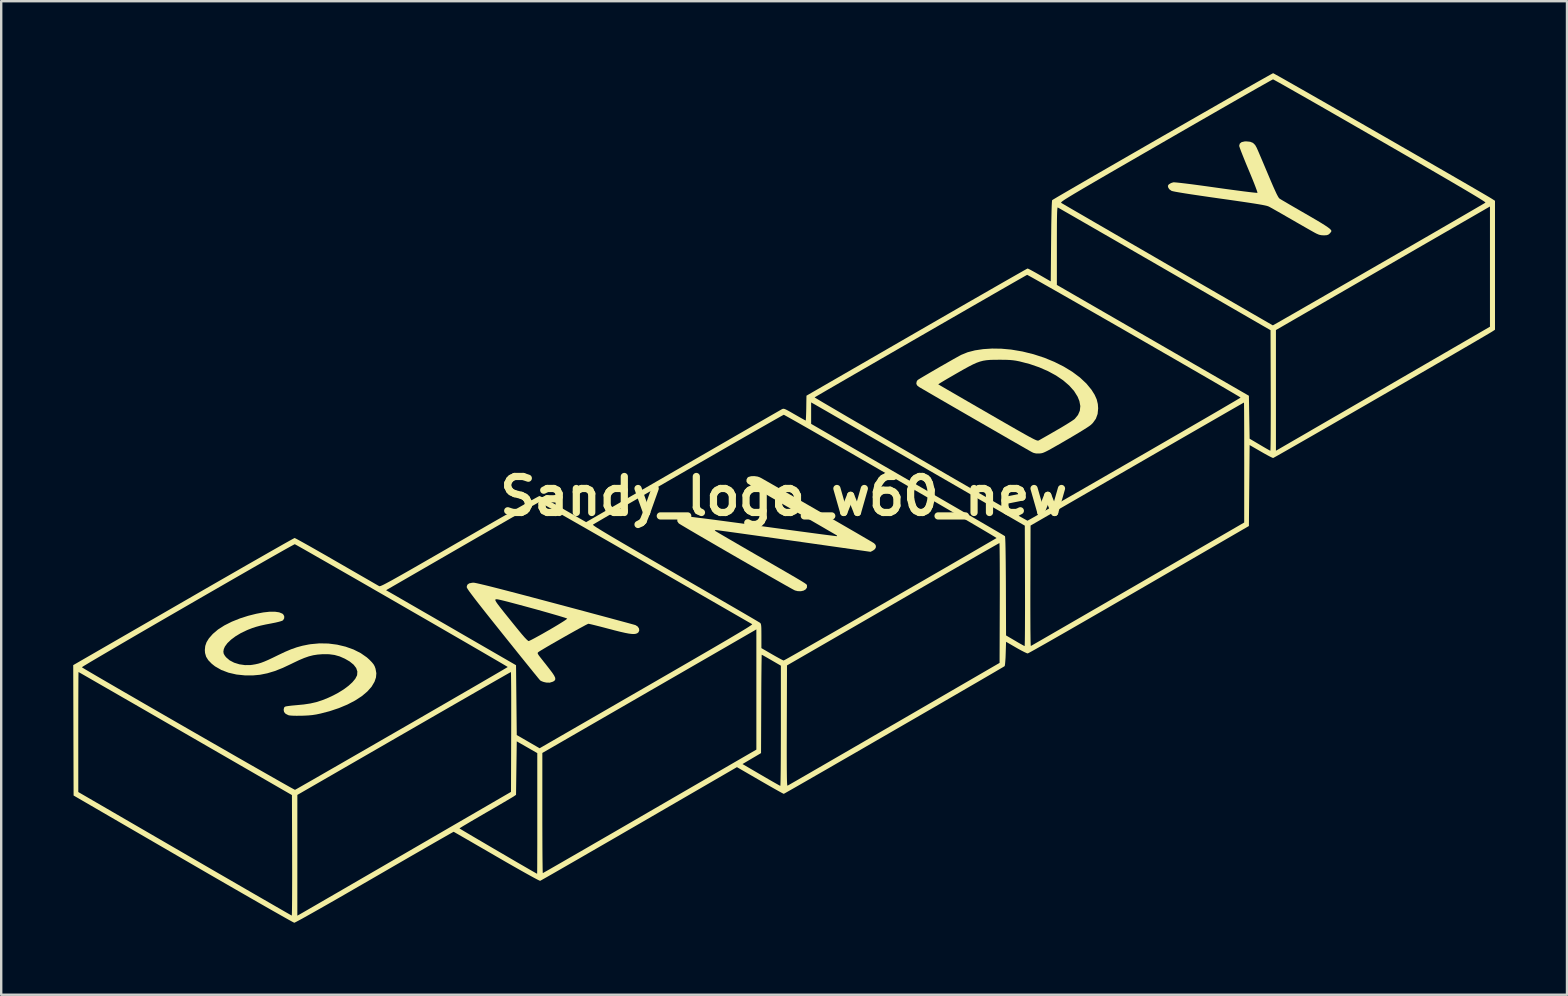
<source format=kicad_pcb>
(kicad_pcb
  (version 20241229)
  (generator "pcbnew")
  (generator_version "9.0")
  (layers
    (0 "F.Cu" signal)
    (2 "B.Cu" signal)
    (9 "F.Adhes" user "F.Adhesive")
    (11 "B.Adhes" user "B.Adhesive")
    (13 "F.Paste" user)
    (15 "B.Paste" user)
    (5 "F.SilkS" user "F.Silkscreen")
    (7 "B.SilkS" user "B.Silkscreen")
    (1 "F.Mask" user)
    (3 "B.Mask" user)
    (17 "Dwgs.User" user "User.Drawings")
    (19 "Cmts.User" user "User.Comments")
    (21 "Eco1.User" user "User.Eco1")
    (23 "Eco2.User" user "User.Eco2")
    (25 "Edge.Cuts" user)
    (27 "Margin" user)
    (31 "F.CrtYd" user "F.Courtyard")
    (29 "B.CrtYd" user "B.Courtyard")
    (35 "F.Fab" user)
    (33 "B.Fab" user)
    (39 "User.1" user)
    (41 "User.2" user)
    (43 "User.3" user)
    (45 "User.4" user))
  (footprint "Sandy_logo_w60_new"
    (layer "F.Cu")
    (at 29.604 17.624)
    (property "Reference" "Sandy_logo_w60_new" (at 0 0 0) (layer "F.SilkS") (effects (font (size 1.5 1.5) (thickness 0.3))))
    (attr board_only exclude_from_pos_files exclude_from_bom)
    (fp_poly (pts (xy 19.432 -14.768) (xy 19.551 -14.72) (xy 19.64 -14.632) (xy 19.701 -14.525) (xy 19.73 -14.46) (xy 19.78 -14.347) (xy 19.845 -14.194) (xy 19.924 -14.009) (xy 20.013 -13.799) (xy 20.108 -13.574) (xy 20.177 -13.411) (xy 20.294 -13.134) (xy 20.391 -12.909) (xy 20.471 -12.731) (xy 20.534 -12.596) (xy 20.585 -12.499) (xy 20.623 -12.436) (xy 20.652 -12.403) (xy 20.655 -12.401) (xy 20.698 -12.374) (xy 20.786 -12.321) (xy 20.915 -12.246) (xy 21.076 -12.151) (xy 21.264 -12.042) (xy 21.473 -11.921) (xy 21.696 -11.792) (xy 21.707 -11.786) (xy 21.987 -11.624) (xy 22.218 -11.489) (xy 22.404 -11.377) (xy 22.55 -11.285) (xy 22.66 -11.211) (xy 22.738 -11.153) (xy 22.787 -11.106) (xy 22.812 -11.07) (xy 22.818 -11.046) (xy 22.798 -11.006) (xy 22.751 -10.949) (xy 22.744 -10.942) (xy 22.689 -10.898) (xy 22.624 -10.876) (xy 22.526 -10.869) (xy 22.497 -10.869) (xy 22.392 -10.875) (xy 22.299 -10.896) (xy 22.196 -10.94) (xy 22.112 -10.984) (xy 22.032 -11.029) (xy 21.908 -11.099) (xy 21.75 -11.189) (xy 21.567 -11.294) (xy 21.366 -11.409) (xy 21.159 -11.529) (xy 21.122 -11.55) (xy 20.918 -11.667) (xy 20.726 -11.778) (xy 20.552 -11.877) (xy 20.405 -11.96) (xy 20.292 -12.023) (xy 20.221 -12.062) (xy 20.211 -12.067) (xy 20.174 -12.082) (xy 20.118 -12.099) (xy 20.04 -12.117) (xy 19.934 -12.138) (xy 19.798 -12.162) (xy 19.626 -12.19) (xy 19.415 -12.223) (xy 19.161 -12.261) (xy 18.859 -12.305) (xy 18.504 -12.356) (xy 18.169 -12.403) (xy 17.721 -12.467) (xy 17.326 -12.525) (xy 16.988 -12.575) (xy 16.705 -12.619) (xy 16.48 -12.656) (xy 16.312 -12.686) (xy 16.202 -12.709) (xy 16.153 -12.724) (xy 16.063 -12.79) (xy 16.018 -12.861) (xy 16.004 -12.929) (xy 16.03 -12.977) (xy 16.058 -13.002) (xy 16.138 -13.048) (xy 16.227 -13.077) (xy 16.28 -13.077) (xy 16.388 -13.068) (xy 16.549 -13.051) (xy 16.759 -13.026) (xy 17.015 -12.994) (xy 17.314 -12.954) (xy 17.651 -12.908) (xy 18.019 -12.856) (xy 18.331 -12.812) (xy 18.625 -12.772) (xy 18.896 -12.736) (xy 19.139 -12.704) (xy 19.347 -12.678) (xy 19.516 -12.658) (xy 19.641 -12.645) (xy 19.716 -12.639) (xy 19.736 -12.64) (xy 19.731 -12.672) (xy 19.704 -12.753) (xy 19.659 -12.876) (xy 19.598 -13.035) (xy 19.523 -13.222) (xy 19.437 -13.431) (xy 19.368 -13.596) (xy 19.274 -13.821) (xy 19.189 -14.03) (xy 19.114 -14.217) (xy 19.052 -14.375) (xy 19.007 -14.497) (xy 18.981 -14.575) (xy 18.975 -14.6) (xy 19.001 -14.692) (xy 19.077 -14.753) (xy 19.201 -14.781) (xy 19.27 -14.784)) (stroke (width 0) (type solid)) (fill yes) (layer "F.SilkS"))
    (fp_poly (pts (xy -21.022 4.838) (xy -20.891 4.892) (xy -20.859 4.917) (xy -20.813 4.993) (xy -20.812 5.082) (xy -20.855 5.16) (xy -20.879 5.18) (xy -20.935 5.203) (xy -21.036 5.232) (xy -21.17 5.264) (xy -21.321 5.294) (xy -21.339 5.298) (xy -21.592 5.346) (xy -21.801 5.392) (xy -21.981 5.441) (xy -22.147 5.495) (xy -22.316 5.561) (xy -22.37 5.584) (xy -22.617 5.702) (xy -22.839 5.835) (xy -23.029 5.977) (xy -23.18 6.122) (xy -23.284 6.264) (xy -23.33 6.371) (xy -23.348 6.476) (xy -23.333 6.565) (xy -23.279 6.656) (xy -23.228 6.717) (xy -23.085 6.839) (xy -22.899 6.936) (xy -22.683 7.003) (xy -22.45 7.037) (xy -22.213 7.034) (xy -22.142 7.025) (xy -22.013 7.003) (xy -21.893 6.976) (xy -21.771 6.939) (xy -21.638 6.888) (xy -21.482 6.821) (xy -21.293 6.732) (xy -21.067 6.622) (xy -20.779 6.485) (xy -20.524 6.377) (xy -20.287 6.294) (xy -20.052 6.23) (xy -19.803 6.18) (xy -19.711 6.165) (xy -19.344 6.131) (xy -18.974 6.138) (xy -18.607 6.185) (xy -18.255 6.269) (xy -17.924 6.387) (xy -17.626 6.537) (xy -17.368 6.717) (xy -17.265 6.81) (xy -17.161 6.917) (xy -17.092 7.001) (xy -17.046 7.081) (xy -17.013 7.172) (xy -17.008 7.188) (xy -16.974 7.374) (xy -16.989 7.55) (xy -17.05 7.73) (xy -17.173 7.938) (xy -17.352 8.139) (xy -17.582 8.332) (xy -17.859 8.512) (xy -18.178 8.679) (xy -18.534 8.828) (xy -18.925 8.958) (xy -19.294 9.054) (xy -19.473 9.092) (xy -19.638 9.118) (xy -19.811 9.134) (xy -20.013 9.144) (xy -20.101 9.146) (xy -20.304 9.148) (xy -20.468 9.144) (xy -20.585 9.135) (xy -20.641 9.123) (xy -20.756 9.064) (xy -20.819 8.99) (xy -20.836 8.898) (xy -20.818 8.807) (xy -20.779 8.769) (xy -20.729 8.755) (xy -20.632 8.74) (xy -20.501 8.724) (xy -20.349 8.71) (xy -20.314 8.707) (xy -19.998 8.677) (xy -19.725 8.636) (xy -19.476 8.579) (xy -19.234 8.501) (xy -18.983 8.4) (xy -18.83 8.33) (xy -18.572 8.196) (xy -18.339 8.052) (xy -18.136 7.901) (xy -17.972 7.751) (xy -17.851 7.605) (xy -17.781 7.47) (xy -17.775 7.45) (xy -17.765 7.302) (xy -17.814 7.158) (xy -17.921 7.019) (xy -18.086 6.885) (xy -18.286 6.77) (xy -18.504 6.674) (xy -18.717 6.614) (xy -18.944 6.584) (xy -19.206 6.582) (xy -19.23 6.583) (xy -19.423 6.598) (xy -19.604 6.626) (xy -19.785 6.672) (xy -19.978 6.739) (xy -20.196 6.831) (xy -20.448 6.951) (xy -20.506 6.98) (xy -20.871 7.152) (xy -21.204 7.284) (xy -21.517 7.378) (xy -21.82 7.439) (xy -22.125 7.467) (xy -22.441 7.466) (xy -22.443 7.466) (xy -22.802 7.429) (xy -23.135 7.352) (xy -23.435 7.238) (xy -23.695 7.089) (xy -23.836 6.977) (xy -23.977 6.831) (xy -24.066 6.688) (xy -24.111 6.532) (xy -24.12 6.409) (xy -24.103 6.24) (xy -24.048 6.081) (xy -23.95 5.923) (xy -23.802 5.754) (xy -23.781 5.732) (xy -23.57 5.553) (xy -23.306 5.384) (xy -22.997 5.228) (xy -22.649 5.089) (xy -22.313 4.982) (xy -21.982 4.899) (xy -21.684 4.842) (xy -21.422 4.813) (xy -21.2 4.812)) (stroke (width 0) (type solid)) (fill yes) (layer "F.SilkS"))
    (fp_poly (pts (xy -1.087 -0.818) (xy -0.997 -0.786) (xy -0.952 -0.762) (xy -0.86 -0.711) (xy -0.726 -0.635) (xy -0.554 -0.537) (xy -0.349 -0.419) (xy -0.115 -0.285) (xy 0.142 -0.137) (xy 0.419 0.022) (xy 0.711 0.19) (xy 1.013 0.364) (xy 1.32 0.541) (xy 1.629 0.719) (xy 1.933 0.895) (xy 2.23 1.066) (xy 2.513 1.23) (xy 2.779 1.384) (xy 3.023 1.525) (xy 3.24 1.652) (xy 3.425 1.76) (xy 3.575 1.847) (xy 3.684 1.912) (xy 3.748 1.95) (xy 3.762 1.959) (xy 3.829 2.034) (xy 3.842 2.119) (xy 3.802 2.201) (xy 3.723 2.262) (xy 3.618 2.317) (xy 0.431 1.864) (xy -0.000424 1.803) (xy -0.416 1.744) (xy -0.812 1.688) (xy -1.183 1.636) (xy -1.527 1.588) (xy -1.84 1.544) (xy -2.116 1.506) (xy -2.353 1.473) (xy -2.546 1.447) (xy -2.692 1.427) (xy -2.786 1.415) (xy -2.825 1.411) (xy -2.825 1.411) (xy -2.87 1.42) (xy -2.866 1.439) (xy -2.835 1.458) (xy -2.758 1.505) (xy -2.636 1.577) (xy -2.476 1.671) (xy -2.281 1.785) (xy -2.056 1.915) (xy -1.806 2.061) (xy -1.533 2.219) (xy -1.244 2.386) (xy -1.111 2.463) (xy -0.735 2.679) (xy -0.408 2.868) (xy -0.126 3.031) (xy 0.114 3.17) (xy 0.315 3.287) (xy 0.482 3.384) (xy 0.617 3.464) (xy 0.724 3.528) (xy 0.805 3.578) (xy 0.866 3.616) (xy 0.908 3.646) (xy 0.936 3.667) (xy 0.953 3.683) (xy 0.961 3.696) (xy 0.966 3.708) (xy 0.968 3.717) (xy 0.966 3.807) (xy 0.915 3.881) (xy 0.827 3.933) (xy 0.712 3.959) (xy 0.581 3.955) (xy 0.469 3.927) (xy 0.428 3.907) (xy 0.34 3.859) (xy 0.209 3.786) (xy 0.04 3.691) (xy -0.163 3.576) (xy -0.394 3.444) (xy -0.651 3.298) (xy -0.926 3.14) (xy -1.218 2.972) (xy -1.52 2.799) (xy -1.829 2.621) (xy -2.139 2.442) (xy -2.447 2.264) (xy -2.747 2.09) (xy -3.036 1.922) (xy -3.308 1.764) (xy -3.559 1.618) (xy -3.786 1.485) (xy -3.982 1.37) (xy -4.143 1.274) (xy -4.266 1.201) (xy -4.345 1.152) (xy -4.376 1.131) (xy -4.433 1.05) (xy -4.436 0.967) (xy -4.39 0.894) (xy -4.301 0.84) (xy -4.23 0.822) (xy -4.186 0.824) (xy -4.088 0.834) (xy -3.938 0.851) (xy -3.741 0.875) (xy -3.5 0.905) (xy -3.22 0.94) (xy -2.905 0.981) (xy -2.558 1.027) (xy -2.184 1.077) (xy -1.787 1.13) (xy -1.37 1.187) (xy -0.962 1.243) (xy -0.533 1.302) (xy -0.121 1.358) (xy 0.27 1.411) (xy 0.637 1.461) (xy 0.975 1.506) (xy 1.28 1.547) (xy 1.55 1.583) (xy 1.779 1.613) (xy 1.965 1.636) (xy 2.102 1.653) (xy 2.188 1.663) (xy 2.218 1.665) (xy 2.218 1.638) (xy 2.191 1.621) (xy 2.115 1.576) (xy 1.996 1.507) (xy 1.837 1.415) (xy 1.644 1.302) (xy 1.419 1.172) (xy 1.167 1.026) (xy 0.893 0.868) (xy 0.6 0.698) (xy 0.374 0.568) (xy 0.069 0.392) (xy -0.222 0.224) (xy -0.494 0.066) (xy -0.743 -0.08) (xy -0.964 -0.209) (xy -1.154 -0.321) (xy -1.308 -0.412) (xy -1.422 -0.48) (xy -1.491 -0.522) (xy -1.51 -0.535) (xy -1.553 -0.607) (xy -1.552 -0.694) (xy -1.512 -0.771) (xy -1.471 -0.802) (xy -1.362 -0.833) (xy -1.225 -0.838)) (stroke (width 0) (type solid)) (fill yes) (layer "F.SilkS"))
    (fp_poly (pts (xy -12.872 3.609) (xy -12.774 3.629) (xy -12.63 3.662) (xy -12.436 3.708) (xy -12.194 3.768) (xy -11.9 3.843) (xy -11.555 3.932) (xy -11.156 4.036) (xy -10.703 4.155) (xy -10.195 4.29) (xy -9.631 4.44) (xy -9.514 4.471) (xy -9.083 4.586) (xy -8.667 4.697) (xy -8.271 4.803) (xy -7.897 4.904) (xy -7.549 4.997) (xy -7.233 5.082) (xy -6.95 5.159) (xy -6.706 5.225) (xy -6.503 5.28) (xy -6.346 5.323) (xy -6.238 5.353) (xy -6.184 5.369) (xy -6.179 5.37) (xy -6.087 5.428) (xy -6.033 5.507) (xy -6.02 5.591) (xy -6.052 5.668) (xy -6.103 5.709) (xy -6.16 5.731) (xy -6.233 5.741) (xy -6.329 5.739) (xy -6.453 5.724) (xy -6.611 5.694) (xy -6.809 5.649) (xy -7.054 5.588) (xy -7.277 5.529) (xy -7.489 5.473) (xy -7.685 5.422) (xy -7.856 5.379) (xy -7.994 5.345) (xy -8.091 5.323) (xy -8.138 5.314) (xy -8.139 5.314) (xy -8.175 5.329) (xy -8.256 5.369) (xy -8.374 5.433) (xy -8.524 5.514) (xy -8.698 5.61) (xy -8.889 5.717) (xy -9.091 5.831) (xy -9.295 5.947) (xy -9.496 6.062) (xy -9.687 6.171) (xy -9.86 6.272) (xy -10.008 6.36) (xy -10.125 6.43) (xy -10.204 6.48) (xy -10.235 6.503) (xy -10.253 6.531) (xy -10.245 6.569) (xy -10.206 6.631) (xy -10.153 6.701) (xy -10.086 6.787) (xy -9.993 6.905) (xy -9.887 7.039) (xy -9.78 7.176) (xy -9.773 7.185) (xy -9.652 7.344) (xy -9.571 7.465) (xy -9.526 7.556) (xy -9.517 7.624) (xy -9.541 7.675) (xy -9.596 7.716) (xy -9.62 7.728) (xy -9.75 7.768) (xy -9.894 7.764) (xy -9.998 7.741) (xy -10.081 7.711) (xy -10.142 7.679) (xy -10.146 7.676) (xy -10.171 7.647) (xy -10.231 7.576) (xy -10.322 7.464) (xy -10.442 7.317) (xy -10.588 7.136) (xy -10.757 6.927) (xy -10.946 6.693) (xy -11.152 6.436) (xy -11.372 6.162) (xy -11.604 5.873) (xy -11.7 5.753) (xy -11.985 5.396) (xy -12.235 5.083) (xy -12.451 4.811) (xy -12.635 4.577) (xy -12.789 4.38) (xy -12.829 4.328) (xy -12.018 4.328) (xy -12.005 4.362) (xy -11.975 4.415) (xy -11.924 4.489) (xy -11.85 4.587) (xy -11.75 4.715) (xy -11.623 4.875) (xy -11.466 5.07) (xy -11.276 5.306) (xy -11.056 5.577) (xy -10.91 5.753) (xy -10.792 5.889) (xy -10.702 5.981) (xy -10.645 6.029) (xy -10.629 6.035) (xy -10.589 6.02) (xy -10.505 5.979) (xy -10.383 5.915) (xy -10.23 5.831) (xy -10.053 5.733) (xy -9.86 5.622) (xy -9.798 5.587) (xy -9.602 5.473) (xy -9.425 5.367) (xy -9.272 5.273) (xy -9.15 5.196) (xy -9.066 5.138) (xy -9.025 5.106) (xy -9.022 5.101) (xy -9.05 5.087) (xy -9.129 5.059) (xy -9.253 5.021) (xy -9.415 4.972) (xy -9.609 4.916) (xy -9.827 4.853) (xy -10.063 4.786) (xy -10.31 4.717) (xy -10.562 4.648) (xy -10.812 4.58) (xy -11.053 4.515) (xy -11.279 4.455) (xy -11.482 4.401) (xy -11.657 4.357) (xy -11.797 4.323) (xy -11.894 4.302) (xy -11.94 4.295) (xy -11.974 4.294) (xy -12 4.297) (xy -12.015 4.307) (xy -12.018 4.328) (xy -12.829 4.328) (xy -12.916 4.215) (xy -13.017 4.081) (xy -13.095 3.976) (xy -13.151 3.895) (xy -13.187 3.837) (xy -13.206 3.798) (xy -13.21 3.781) (xy -13.185 3.691) (xy -13.108 3.632) (xy -12.981 3.605) (xy -12.923 3.603)) (stroke (width 0) (type solid)) (fill yes) (layer "F.SilkS"))
    (fp_poly (pts (xy 9.068 -6.146) (xy 9.467 -6.11) (xy 9.478 -6.109) (xy 9.948 -6.029) (xy 10.408 -5.915) (xy 10.851 -5.771) (xy 11.272 -5.598) (xy 11.665 -5.401) (xy 12.023 -5.183) (xy 12.34 -4.946) (xy 12.61 -4.693) (xy 12.822 -4.435) (xy 12.953 -4.226) (xy 13.039 -4.034) (xy 13.086 -3.84) (xy 13.099 -3.659) (xy 13.077 -3.428) (xy 13.004 -3.227) (xy 12.877 -3.05) (xy 12.79 -2.967) (xy 12.73 -2.922) (xy 12.625 -2.852) (xy 12.482 -2.762) (xy 12.308 -2.655) (xy 12.111 -2.537) (xy 11.898 -2.411) (xy 11.734 -2.316) (xy 11.492 -2.175) (xy 11.294 -2.063) (xy 11.137 -1.974) (xy 11.013 -1.906) (xy 10.916 -1.857) (xy 10.841 -1.823) (xy 10.781 -1.801) (xy 10.73 -1.789) (xy 10.682 -1.783) (xy 10.643 -1.78) (xy 10.514 -1.781) (xy 10.415 -1.803) (xy 10.343 -1.835) (xy 10.29 -1.865) (xy 10.191 -1.921) (xy 10.05 -2.002) (xy 9.872 -2.104) (xy 9.661 -2.225) (xy 9.423 -2.361) (xy 9.162 -2.512) (xy 8.883 -2.673) (xy 8.59 -2.842) (xy 8.287 -3.016) (xy 7.98 -3.193) (xy 7.674 -3.37) (xy 7.372 -3.544) (xy 7.08 -3.713) (xy 6.802 -3.874) (xy 6.542 -4.024) (xy 6.306 -4.161) (xy 6.098 -4.282) (xy 5.923 -4.384) (xy 5.785 -4.464) (xy 5.689 -4.52) (xy 5.64 -4.55) (xy 5.637 -4.552) (xy 5.56 -4.612) (xy 5.535 -4.66) (xy 6.438 -4.66) (xy 6.466 -4.644) (xy 6.541 -4.6) (xy 6.66 -4.53) (xy 6.82 -4.437) (xy 7.016 -4.324) (xy 7.244 -4.192) (xy 7.5 -4.043) (xy 7.781 -3.881) (xy 8.082 -3.707) (xy 8.399 -3.524) (xy 8.498 -3.467) (xy 8.873 -3.25) (xy 9.2 -3.062) (xy 9.481 -2.901) (xy 9.721 -2.763) (xy 9.923 -2.649) (xy 10.09 -2.555) (xy 10.227 -2.479) (xy 10.336 -2.421) (xy 10.422 -2.377) (xy 10.487 -2.347) (xy 10.535 -2.328) (xy 10.57 -2.319) (xy 10.594 -2.316) (xy 10.613 -2.32) (xy 10.626 -2.325) (xy 10.673 -2.351) (xy 10.764 -2.403) (xy 10.891 -2.475) (xy 11.046 -2.563) (xy 11.22 -2.664) (xy 11.364 -2.747) (xy 11.551 -2.855) (xy 11.725 -2.96) (xy 11.879 -3.055) (xy 12.003 -3.135) (xy 12.09 -3.194) (xy 12.125 -3.222) (xy 12.259 -3.385) (xy 12.336 -3.563) (xy 12.356 -3.756) (xy 12.317 -3.965) (xy 12.243 -4.147) (xy 12.096 -4.383) (xy 11.893 -4.611) (xy 11.642 -4.827) (xy 11.346 -5.028) (xy 11.011 -5.21) (xy 10.642 -5.371) (xy 10.244 -5.508) (xy 9.823 -5.617) (xy 9.808 -5.62) (xy 9.676 -5.646) (xy 9.551 -5.664) (xy 9.416 -5.676) (xy 9.257 -5.683) (xy 9.059 -5.685) (xy 8.962 -5.685) (xy 8.763 -5.684) (xy 8.593 -5.679) (xy 8.444 -5.666) (xy 8.307 -5.644) (xy 8.174 -5.609) (xy 8.034 -5.559) (xy 7.881 -5.49) (xy 7.704 -5.399) (xy 7.496 -5.285) (xy 7.247 -5.143) (xy 7.177 -5.103) (xy 6.986 -4.992) (xy 6.813 -4.892) (xy 6.666 -4.805) (xy 6.55 -4.735) (xy 6.473 -4.686) (xy 6.439 -4.662) (xy 6.438 -4.66) (xy 5.535 -4.66) (xy 5.528 -4.673) (xy 5.524 -4.709) (xy 5.542 -4.788) (xy 5.577 -4.839) (xy 5.616 -4.865) (xy 5.699 -4.916) (xy 5.82 -4.988) (xy 5.97 -5.076) (xy 6.142 -5.177) (xy 6.328 -5.285) (xy 6.521 -5.397) (xy 6.714 -5.507) (xy 6.898 -5.612) (xy 7.066 -5.708) (xy 7.211 -5.789) (xy 7.325 -5.852) (xy 7.4 -5.892) (xy 7.401 -5.892) (xy 7.661 -5.998) (xy 7.967 -6.077) (xy 8.309 -6.128) (xy 8.679 -6.152)) (stroke (width 0) (type solid)) (fill yes) (layer "F.SilkS"))
    (fp_poly (pts (xy 20.419 -17.609) (xy 20.497 -17.566) (xy 20.622 -17.497) (xy 20.788 -17.404) (xy 20.994 -17.287) (xy 21.235 -17.15) (xy 21.509 -16.994) (xy 21.813 -16.822) (xy 22.142 -16.633) (xy 22.495 -16.432) (xy 22.867 -16.219) (xy 23.256 -15.996) (xy 23.658 -15.766) (xy 24.071 -15.53) (xy 24.49 -15.289) (xy 24.912 -15.047) (xy 25.335 -14.804) (xy 25.755 -14.562) (xy 26.17 -14.324) (xy 26.574 -14.091) (xy 26.967 -13.865) (xy 27.343 -13.648) (xy 27.7 -13.442) (xy 28.036 -13.248) (xy 28.346 -13.069) (xy 28.627 -12.906) (xy 28.876 -12.761) (xy 29.09 -12.637) (xy 29.266 -12.534) (xy 29.4 -12.455) (xy 29.489 -12.401) (xy 29.521 -12.381) (xy 29.633 -12.309) (xy 29.633 -9.623) (xy 29.633 -6.936) (xy 29.521 -6.863) (xy 29.466 -6.829) (xy 29.365 -6.769) (xy 29.219 -6.683) (xy 29.033 -6.574) (xy 28.81 -6.443) (xy 28.552 -6.293) (xy 28.263 -6.125) (xy 27.947 -5.941) (xy 27.606 -5.743) (xy 27.243 -5.533) (xy 26.863 -5.313) (xy 26.467 -5.084) (xy 26.06 -4.848) (xy 25.645 -4.608) (xy 25.224 -4.365) (xy 24.801 -4.121) (xy 24.38 -3.878) (xy 23.962 -3.637) (xy 23.553 -3.401) (xy 23.154 -3.172) (xy 22.77 -2.95) (xy 22.402 -2.739) (xy 22.056 -2.54) (xy 21.733 -2.355) (xy 21.436 -2.185) (xy 21.171 -2.033) (xy 20.938 -1.9) (xy 20.742 -1.789) (xy 20.586 -1.7) (xy 20.473 -1.637) (xy 20.406 -1.6) (xy 20.388 -1.592) (xy 20.348 -1.607) (xy 20.265 -1.647) (xy 20.15 -1.708) (xy 20.01 -1.785) (xy 19.876 -1.862) (xy 19.41 -2.131) (xy 19.395 -0.445) (xy 19.38 1.242) (xy 14.802 3.896) (xy 14.317 4.177) (xy 13.846 4.449) (xy 13.392 4.712) (xy 12.956 4.963) (xy 12.542 5.202) (xy 12.152 5.426) (xy 11.789 5.635) (xy 11.455 5.826) (xy 11.154 5.998) (xy 10.887 6.15) (xy 10.658 6.279) (xy 10.469 6.386) (xy 10.323 6.467) (xy 10.222 6.522) (xy 10.17 6.549) (xy 10.163 6.551) (xy 10.117 6.537) (xy 10.031 6.497) (xy 9.913 6.437) (xy 9.774 6.361) (xy 9.683 6.309) (xy 9.262 6.065) (xy 9.247 6.559) (xy 9.241 6.726) (xy 9.231 6.872) (xy 9.221 6.987) (xy 9.21 7.06) (xy 9.202 7.08) (xy 9.172 7.099) (xy 9.092 7.147) (xy 8.967 7.22) (xy 8.801 7.318) (xy 8.595 7.438) (xy 8.353 7.579) (xy 8.079 7.739) (xy 7.775 7.915) (xy 7.445 8.107) (xy 7.093 8.311) (xy 6.72 8.527) (xy 6.331 8.753) (xy 5.929 8.986) (xy 5.516 9.225) (xy 5.097 9.467) (xy 4.673 9.712) (xy 4.25 9.957) (xy 3.828 10.2) (xy 3.413 10.44) (xy 3.007 10.675) (xy 2.613 10.902) (xy 2.234 11.12) (xy 1.875 11.328) (xy 1.537 11.522) (xy 1.224 11.702) (xy 0.939 11.866) (xy 0.686 12.011) (xy 0.468 12.136) (xy 0.287 12.239) (xy 0.148 12.318) (xy 0.053 12.372) (xy 0.005 12.398) (xy 0.000068 12.4) (xy -0.033 12.385) (xy -0.111 12.344) (xy -0.229 12.279) (xy -0.382 12.193) (xy -0.562 12.091) (xy -0.764 11.975) (xy -0.983 11.849) (xy -0.991 11.844) (xy -1.95 11.288) (xy -6.024 13.65) (xy -6.481 13.914) (xy -6.924 14.171) (xy -7.35 14.417) (xy -7.757 14.652) (xy -8.142 14.874) (xy -8.501 15.082) (xy -8.833 15.273) (xy -9.134 15.446) (xy -9.402 15.6) (xy -9.633 15.733) (xy -9.826 15.843) (xy -9.976 15.928) (xy -10.081 15.987) (xy -10.139 16.019) (xy -10.149 16.024) (xy -10.184 16.012) (xy -10.267 15.971) (xy -10.394 15.904) (xy -10.562 15.812) (xy -10.768 15.698) (xy -11.007 15.563) (xy -11.275 15.411) (xy -11.571 15.242) (xy -11.888 15.058) (xy -11.968 15.012) (xy -12.266 14.839) (xy -12.549 14.675) (xy -12.813 14.523) (xy -13.052 14.384) (xy -13.264 14.262) (xy -13.443 14.159) (xy -13.585 14.077) (xy -13.686 14.019) (xy -13.742 13.987) (xy -13.753 13.981) (xy -13.78 13.995) (xy -13.857 14.038) (xy -13.979 14.107) (xy -14.143 14.201) (xy -14.348 14.317) (xy -14.588 14.455) (xy -14.862 14.613) (xy -15.166 14.788) (xy -15.497 14.978) (xy -15.851 15.183) (xy -16.227 15.4) (xy -16.62 15.628) (xy -17.028 15.864) (xy -17.047 15.875) (xy -17.495 16.134) (xy -17.92 16.379) (xy -18.32 16.61) (xy -18.693 16.824) (xy -19.036 17.02) (xy -19.346 17.196) (xy -19.622 17.352) (xy -19.859 17.485) (xy -20.056 17.595) (xy -20.211 17.679) (xy -20.32 17.737) (xy -20.381 17.767) (xy -20.393 17.771) (xy -20.426 17.756) (xy -20.508 17.712) (xy -20.636 17.641) (xy -20.809 17.544) (xy -20.931 17.475) (xy -20.266 17.475) (xy -20.183 17.431) (xy -20.149 17.411) (xy -20.065 17.363) (xy -19.935 17.288) (xy -19.761 17.187) (xy -19.546 17.063) (xy -19.293 16.916) (xy -19.005 16.749) (xy -18.683 16.563) (xy -18.332 16.36) (xy -17.954 16.14) (xy -17.551 15.907) (xy -17.127 15.661) (xy -16.683 15.404) (xy -16.224 15.137) (xy -15.75 14.863) (xy -15.732 14.852) (xy -13.987 13.84) (xy -13.511 13.84) (xy -13.486 13.857) (xy -13.414 13.9) (xy -13.301 13.968) (xy -13.152 14.056) (xy -12.973 14.162) (xy -12.769 14.282) (xy -12.545 14.413) (xy -12.307 14.553) (xy -12.06 14.698) (xy -11.809 14.844) (xy -11.56 14.989) (xy -11.319 15.13) (xy -11.09 15.264) (xy -10.878 15.386) (xy -10.69 15.495) (xy -10.531 15.587) (xy -10.405 15.659) (xy -10.319 15.708) (xy -10.278 15.73) (xy -10.276 15.731) (xy -10.274 15.702) (xy -10.273 15.617) (xy -10.272 15.481) (xy -10.271 15.298) (xy -10.271 15.073) (xy -10.27 14.809) (xy -10.269 14.512) (xy -10.269 14.186) (xy -10.269 13.834) (xy -10.269 13.462) (xy -10.269 13.218) (xy -10.269 13.199) (xy -10.058 13.199) (xy -10.058 13.581) (xy -10.057 13.945) (xy -10.056 14.287) (xy -10.055 14.603) (xy -10.053 14.887) (xy -10.051 15.137) (xy -10.048 15.346) (xy -10.046 15.511) (xy -10.043 15.628) (xy -10.04 15.691) (xy -10.038 15.702) (xy -10.011 15.688) (xy -9.934 15.644) (xy -9.81 15.574) (xy -9.643 15.478) (xy -9.434 15.358) (xy -9.187 15.216) (xy -8.904 15.052) (xy -8.587 14.87) (xy -8.24 14.67) (xy -7.866 14.453) (xy -7.466 14.222) (xy -7.043 13.978) (xy -6.601 13.722) (xy -6.142 13.456) (xy -5.668 13.181) (xy -5.58 13.13) (xy -2.179 11.159) (xy -1.719 11.159) (xy -0.942 11.613) (xy -0.746 11.727) (xy -0.567 11.831) (xy -0.411 11.92) (xy -0.284 11.992) (xy -0.195 12.042) (xy -0.148 12.066) (xy -0.143 12.068) (xy -0.139 12.039) (xy -0.136 11.954) (xy -0.133 11.818) (xy -0.13 11.635) (xy -0.127 11.41) (xy -0.125 11.147) (xy -0.123 10.85) (xy -0.123 10.781) (xy 0.125 10.781) (xy 0.126 11.082) (xy 0.127 11.335) (xy 0.129 11.545) (xy 0.131 11.714) (xy 0.134 11.845) (xy 0.138 11.943) (xy 0.143 12.009) (xy 0.149 12.047) (xy 0.156 12.061) (xy 0.157 12.061) (xy 0.187 12.044) (xy 0.266 11.999) (xy 0.391 11.927) (xy 0.561 11.83) (xy 0.771 11.708) (xy 1.02 11.565) (xy 1.304 11.4) (xy 1.622 11.217) (xy 1.97 11.015) (xy 2.345 10.798) (xy 2.746 10.566) (xy 3.168 10.322) (xy 3.61 10.065) (xy 4.069 9.799) (xy 4.542 9.525) (xy 4.594 9.496) (xy 8.992 6.945) (xy 9 4.448) (xy 9.001 4.067) (xy 9.001 3.703) (xy 9.001 3.362) (xy 9 3.047) (xy 8.999 2.763) (xy 8.997 2.515) (xy 8.995 2.306) (xy 8.993 2.142) (xy 8.99 2.026) (xy 8.987 1.963) (xy 8.985 1.952) (xy 8.957 1.967) (xy 8.879 2.011) (xy 8.755 2.081) (xy 8.588 2.177) (xy 8.379 2.296) (xy 8.131 2.438) (xy 7.847 2.601) (xy 7.531 2.783) (xy 7.184 2.982) (xy 6.809 3.198) (xy 6.409 3.429) (xy 5.986 3.672) (xy 5.544 3.927) (xy 5.085 4.192) (xy 4.612 4.465) (xy 4.549 4.502) (xy 0.135 7.05) (xy 0.127 9.563) (xy 0.126 10.025) (xy 0.125 10.429) (xy 0.125 10.781) (xy -0.123 10.781) (xy -0.122 10.524) (xy -0.121 10.172) (xy -0.12 9.801) (xy -0.12 9.565) (xy -0.12 7.06) (xy -0.512 6.833) (xy -0.649 6.754) (xy -0.767 6.686) (xy -0.857 6.636) (xy -0.909 6.609) (xy -0.917 6.605) (xy -0.92 6.634) (xy -0.922 6.719) (xy -0.924 6.854) (xy -0.927 7.034) (xy -0.929 7.254) (xy -0.932 7.511) (xy -0.934 7.798) (xy -0.936 8.112) (xy -0.937 8.446) (xy -0.938 8.654) (xy -0.946 10.703) (xy -1.186 10.845) (xy -1.314 10.92) (xy -1.443 10.996) (xy -1.549 11.059) (xy -1.572 11.072) (xy -1.719 11.159) (xy -2.179 11.159) (xy -1.141 10.558) (xy -1.141 8.053) (xy -1.141 5.548) (xy -1.238 5.606) (xy -1.275 5.627) (xy -1.36 5.676) (xy -1.492 5.752) (xy -1.668 5.854) (xy -1.885 5.979) (xy -2.139 6.126) (xy -2.429 6.294) (xy -2.752 6.48) (xy -3.105 6.684) (xy -3.485 6.903) (xy -3.889 7.136) (xy -4.314 7.382) (xy -4.759 7.638) (xy -5.219 7.904) (xy -5.693 8.177) (xy -5.697 8.18) (xy -10.058 10.697) (xy -10.058 13.199) (xy -10.269 13.199) (xy -10.269 10.703) (xy -10.696 10.458) (xy -11.124 10.213) (xy -11.139 11.328) (xy -11.154 12.442) (xy -11.249 12.507) (xy -11.295 12.535) (xy -11.388 12.591) (xy -11.52 12.669) (xy -11.686 12.766) (xy -11.879 12.879) (xy -12.095 13.005) (xy -12.326 13.139) (xy -12.428 13.197) (xy -12.659 13.332) (xy -12.874 13.457) (xy -13.067 13.57) (xy -13.231 13.668) (xy -13.363 13.746) (xy -13.455 13.803) (xy -13.504 13.835) (xy -13.511 13.84) (xy -13.987 13.84) (xy -11.364 12.319) (xy -11.356 9.822) (xy -11.355 9.441) (xy -11.355 9.077) (xy -11.355 8.736) (xy -11.355 8.421) (xy -11.356 8.137) (xy -11.358 7.888) (xy -11.36 7.68) (xy -11.362 7.515) (xy -11.364 7.399) (xy -11.367 7.336) (xy -11.369 7.326) (xy -11.397 7.341) (xy -11.474 7.384) (xy -11.598 7.454) (xy -11.765 7.55) (xy -11.974 7.669) (xy -12.222 7.811) (xy -12.505 7.973) (xy -12.822 8.155) (xy -13.169 8.355) (xy -13.544 8.57) (xy -13.945 8.801) (xy -14.368 9.044) (xy -14.81 9.299) (xy -15.27 9.564) (xy -15.744 9.838) (xy -15.827 9.885) (xy -20.265 12.445) (xy -20.265 14.96) (xy -20.266 17.475) (xy -20.931 17.475) (xy -21.022 17.423) (xy -21.275 17.28) (xy -21.563 17.116) (xy -21.884 16.932) (xy -22.236 16.73) (xy -22.615 16.512) (xy -23.02 16.279) (xy -23.448 16.032) (xy -23.895 15.774) (xy -24.359 15.505) (xy -24.838 15.227) (xy -25.025 15.119) (xy -29.588 12.47) (xy -29.596 9.754) (xy -29.596 9.594) (xy -29.393 9.594) (xy -29.393 9.825) (xy -29.392 12.325) (xy -24.957 14.897) (xy -24.48 15.173) (xy -24.018 15.441) (xy -23.573 15.699) (xy -23.147 15.945) (xy -22.742 16.179) (xy -22.363 16.399) (xy -22.011 16.602) (xy -21.689 16.788) (xy -21.399 16.955) (xy -21.145 17.102) (xy -20.929 17.226) (xy -20.754 17.327) (xy -20.622 17.402) (xy -20.537 17.451) (xy -20.5 17.471) (xy -20.498 17.471) (xy -20.495 17.442) (xy -20.492 17.358) (xy -20.489 17.222) (xy -20.487 17.039) (xy -20.485 16.814) (xy -20.484 16.551) (xy -20.483 16.254) (xy -20.482 15.927) (xy -20.482 15.576) (xy -20.483 15.204) (xy -20.483 14.963) (xy -20.491 12.452) (xy -24.931 9.889) (xy -25.407 9.614) (xy -25.87 9.347) (xy -26.315 9.09) (xy -26.741 8.844) (xy -27.145 8.611) (xy -27.525 8.393) (xy -27.876 8.19) (xy -28.198 8.005) (xy -28.487 7.839) (xy -28.74 7.693) (xy -28.955 7.569) (xy -29.129 7.469) (xy -29.26 7.394) (xy -29.345 7.346) (xy -29.381 7.326) (xy -29.382 7.326) (xy -29.384 7.355) (xy -29.385 7.44) (xy -29.387 7.576) (xy -29.388 7.759) (xy -29.389 7.985) (xy -29.39 8.248) (xy -29.391 8.545) (xy -29.392 8.871) (xy -29.392 9.222) (xy -29.393 9.594) (xy -29.596 9.594) (xy -29.603 7.126) (xy -29.242 7.126) (xy -29.211 7.147) (xy -29.132 7.196) (xy -29.007 7.27) (xy -28.84 7.368) (xy -28.634 7.489) (xy -28.393 7.629) (xy -28.119 7.788) (xy -27.817 7.964) (xy -27.489 8.154) (xy -27.138 8.356) (xy -26.769 8.57) (xy -26.383 8.793) (xy -25.985 9.022) (xy -25.577 9.257) (xy -25.164 9.495) (xy -24.747 9.735) (xy -24.331 9.974) (xy -23.919 10.211) (xy -23.513 10.443) (xy -23.118 10.67) (xy -22.737 10.889) (xy -22.372 11.098) (xy -22.027 11.295) (xy -21.705 11.478) (xy -21.41 11.646) (xy -21.145 11.797) (xy -20.913 11.929) (xy -20.717 12.039) (xy -20.561 12.127) (xy -20.448 12.189) (xy -20.381 12.225) (xy -20.363 12.233) (xy -20.333 12.217) (xy -20.254 12.173) (xy -20.128 12.101) (xy -19.959 12.004) (xy -19.748 11.884) (xy -19.499 11.741) (xy -19.214 11.577) (xy -18.896 11.394) (xy -18.547 11.194) (xy -18.171 10.977) (xy -17.77 10.746) (xy -17.347 10.503) (xy -16.904 10.247) (xy -16.444 9.982) (xy -15.97 9.709) (xy -15.912 9.676) (xy -15.437 9.402) (xy -14.977 9.136) (xy -14.533 8.879) (xy -14.109 8.634) (xy -13.707 8.401) (xy -13.33 8.183) (xy -12.981 7.981) (xy -12.661 7.796) (xy -12.375 7.629) (xy -12.125 7.484) (xy -11.913 7.36) (xy -11.741 7.26) (xy -11.614 7.185) (xy -11.533 7.136) (xy -11.5 7.116) (xy -11.5 7.116) (xy -11.525 7.099) (xy -11.6 7.054) (xy -11.72 6.983) (xy -11.882 6.888) (xy -12.083 6.771) (xy -12.32 6.633) (xy -12.589 6.476) (xy -12.888 6.303) (xy -13.213 6.114) (xy -13.561 5.913) (xy -13.928 5.701) (xy -14.311 5.479) (xy -14.707 5.25) (xy -15.113 5.016) (xy -15.526 4.778) (xy -15.941 4.538) (xy -16.357 4.298) (xy -16.769 4.061) (xy -17.022 3.916) (xy -16.569 3.916) (xy -16.188 4.134) (xy -16.105 4.182) (xy -15.974 4.258) (xy -15.8 4.358) (xy -15.588 4.481) (xy -15.341 4.623) (xy -15.066 4.782) (xy -14.765 4.955) (xy -14.445 5.14) (xy -14.108 5.334) (xy -13.76 5.535) (xy -13.481 5.697) (xy -11.154 7.041) (xy -11.139 8.495) (xy -11.124 9.95) (xy -10.648 10.225) (xy -10.172 10.501) (xy -9.671 10.212) (xy -9.587 10.163) (xy -9.455 10.087) (xy -9.277 9.984) (xy -9.057 9.857) (xy -8.798 9.708) (xy -8.504 9.538) (xy -8.177 9.35) (xy -7.822 9.145) (xy -7.442 8.925) (xy -7.039 8.693) (xy -6.618 8.449) (xy -6.181 8.197) (xy -5.732 7.938) (xy -5.274 7.674) (xy -5.218 7.641) (xy -4.665 7.322) (xy -4.162 7.031) (xy -3.708 6.768) (xy -3.3 6.531) (xy -2.936 6.32) (xy -2.615 6.132) (xy -2.334 5.968) (xy -2.093 5.825) (xy -1.887 5.703) (xy -1.717 5.601) (xy -1.579 5.517) (xy -1.472 5.45) (xy -1.395 5.399) (xy -1.344 5.363) (xy -1.318 5.341) (xy -1.316 5.332) (xy -1.347 5.314) (xy -1.427 5.268) (xy -1.554 5.195) (xy -1.725 5.096) (xy -1.937 4.974) (xy -2.187 4.83) (xy -2.473 4.665) (xy -2.792 4.481) (xy -3.141 4.28) (xy -3.518 4.063) (xy -3.919 3.831) (xy -4.343 3.587) (xy -4.786 3.331) (xy -5.246 3.066) (xy -5.719 2.793) (xy -5.758 2.77) (xy -6.232 2.497) (xy -6.693 2.232) (xy -7.136 1.976) (xy -7.561 1.733) (xy -7.964 1.502) (xy -8.342 1.285) (xy -8.516 1.186) (xy -7.95 1.186) (xy -7.946 1.197) (xy -7.92 1.219) (xy -7.871 1.255) (xy -7.795 1.305) (xy -7.691 1.37) (xy -7.557 1.452) (xy -7.391 1.552) (xy -7.19 1.672) (xy -6.952 1.812) (xy -6.676 1.974) (xy -6.358 2.159) (xy -5.998 2.368) (xy -5.592 2.603) (xy -5.139 2.865) (xy -4.636 3.155) (xy -4.513 3.227) (xy -4.091 3.47) (xy -3.683 3.706) (xy -3.292 3.932) (xy -2.921 4.147) (xy -2.573 4.348) (xy -2.251 4.535) (xy -1.958 4.705) (xy -1.698 4.856) (xy -1.474 4.987) (xy -1.287 5.096) (xy -1.143 5.181) (xy -1.043 5.241) (xy -0.99 5.273) (xy -0.983 5.278) (xy -0.964 5.301) (xy -0.95 5.338) (xy -0.94 5.397) (xy -0.934 5.488) (xy -0.932 5.62) (xy -0.931 5.801) (xy -0.931 5.826) (xy -0.931 6.329) (xy -0.488 6.586) (xy -0.339 6.671) (xy -0.207 6.744) (xy -0.101 6.801) (xy -0.03 6.836) (xy -0.005 6.844) (xy 0.025 6.83) (xy 0.105 6.787) (xy 0.231 6.716) (xy 0.4 6.621) (xy 0.611 6.501) (xy 0.86 6.36) (xy 1.145 6.197) (xy 1.463 6.015) (xy 1.812 5.816) (xy 2.188 5.6) (xy 2.589 5.37) (xy 3.012 5.127) (xy 3.455 4.872) (xy 3.914 4.608) (xy 4.388 4.335) (xy 4.439 4.305) (xy 4.914 4.031) (xy 5.375 3.765) (xy 5.819 3.509) (xy 6.243 3.263) (xy 6.646 3.031) (xy 7.024 2.812) (xy 7.374 2.609) (xy 7.695 2.424) (xy 7.982 2.257) (xy 8.234 2.111) (xy 8.447 1.987) (xy 8.62 1.887) (xy 8.749 1.812) (xy 8.832 1.763) (xy 8.865 1.743) (xy 8.866 1.742) (xy 8.843 1.726) (xy 8.771 1.681) (xy 8.653 1.61) (xy 8.493 1.515) (xy 8.294 1.397) (xy 8.059 1.259) (xy 7.792 1.102) (xy 7.495 0.928) (xy 7.172 0.74) (xy 6.826 0.538) (xy 6.461 0.325) (xy 6.079 0.103) (xy 5.684 -0.126) (xy 5.279 -0.361) (xy 4.868 -0.6) (xy 4.453 -0.84) (xy 4.038 -1.08) (xy 3.626 -1.319) (xy 3.221 -1.553) (xy 2.825 -1.782) (xy 2.441 -2.003) (xy 2.074 -2.214) (xy 1.726 -2.414) (xy 1.401 -2.601) (xy 1.102 -2.773) (xy 0.831 -2.927) (xy 0.593 -3.063) (xy 0.39 -3.178) (xy 0.226 -3.27) (xy 0.104 -3.338) (xy 0.028 -3.38) (xy -0.000407 -3.393) (xy -0.029 -3.378) (xy -0.107 -3.335) (xy -0.229 -3.266) (xy -0.394 -3.173) (xy -0.596 -3.058) (xy -0.833 -2.923) (xy -1.101 -2.77) (xy -1.397 -2.6) (xy -1.718 -2.417) (xy -2.059 -2.221) (xy -2.418 -2.015) (xy -2.79 -1.801) (xy -3.173 -1.58) (xy -3.564 -1.356) (xy -3.958 -1.129) (xy -4.352 -0.902) (xy -4.742 -0.677) (xy -5.126 -0.455) (xy -5.5 -0.24) (xy -5.86 -0.032) (xy -6.203 0.167) (xy -6.526 0.353) (xy -6.824 0.526) (xy -7.095 0.683) (xy -7.335 0.823) (xy -7.541 0.943) (xy -7.708 1.041) (xy -7.835 1.115) (xy -7.917 1.164) (xy -7.95 1.186) (xy -7.95 1.186) (xy -8.516 1.186) (xy -8.693 1.085) (xy -9.013 0.902) (xy -9.301 0.739) (xy -9.554 0.596) (xy -9.768 0.475) (xy -9.941 0.378) (xy -10.071 0.307) (xy -10.154 0.262) (xy -10.189 0.246) (xy -10.189 0.246) (xy -10.22 0.262) (xy -10.299 0.306) (xy -10.424 0.376) (xy -10.591 0.471) (xy -10.798 0.589) (xy -11.04 0.728) (xy -11.316 0.886) (xy -11.62 1.061) (xy -11.951 1.251) (xy -12.306 1.455) (xy -12.68 1.67) (xy -13.071 1.896) (xy -13.399 2.085) (xy -16.569 3.916) (xy -17.022 3.916) (xy -17.175 3.827) (xy -17.571 3.599) (xy -17.954 3.379) (xy -18.321 3.169) (xy -18.668 2.969) (xy -18.992 2.783) (xy -19.29 2.613) (xy -19.559 2.459) (xy -19.795 2.324) (xy -19.995 2.21) (xy -20.156 2.119) (xy -20.275 2.052) (xy -20.348 2.012) (xy -20.372 2) (xy -20.403 2.014) (xy -20.483 2.057) (xy -20.607 2.125) (xy -20.774 2.218) (xy -20.979 2.334) (xy -21.219 2.47) (xy -21.492 2.625) (xy -21.793 2.797) (xy -22.12 2.984) (xy -22.47 3.185) (xy -22.838 3.396) (xy -23.222 3.617) (xy -23.619 3.846) (xy -24.026 4.08) (xy -24.438 4.318) (xy -24.853 4.558) (xy -25.268 4.798) (xy -25.68 5.036) (xy -26.084 5.27) (xy -26.479 5.499) (xy -26.86 5.72) (xy -27.224 5.932) (xy -27.569 6.133) (xy -27.89 6.321) (xy -28.185 6.494) (xy -28.451 6.65) (xy -28.684 6.787) (xy -28.881 6.903) (xy -29.038 6.998) (xy -29.153 7.067) (xy -29.222 7.111) (xy -29.242 7.126) (xy -29.603 7.126) (xy -29.604 7.038) (xy -25.015 4.39) (xy -24.53 4.11) (xy -24.059 3.838) (xy -23.604 3.576) (xy -23.168 3.326) (xy -22.754 3.088) (xy -22.364 2.864) (xy -22.001 2.657) (xy -21.667 2.466) (xy -21.366 2.294) (xy -21.1 2.143) (xy -20.872 2.013) (xy -20.683 1.907) (xy -20.538 1.826) (xy -20.438 1.771) (xy -20.386 1.744) (xy -20.38 1.741) (xy -20.346 1.756) (xy -20.265 1.798) (xy -20.141 1.866) (xy -19.979 1.956) (xy -19.782 2.066) (xy -19.556 2.194) (xy -19.304 2.338) (xy -19.031 2.493) (xy -18.743 2.66) (xy -18.626 2.727) (xy -18.331 2.897) (xy -18.05 3.059) (xy -17.788 3.21) (xy -17.549 3.348) (xy -17.338 3.469) (xy -17.16 3.572) (xy -17.018 3.654) (xy -16.917 3.712) (xy -16.862 3.743) (xy -16.854 3.747) (xy -16.84 3.75) (xy -16.818 3.746) (xy -16.783 3.735) (xy -16.734 3.714) (xy -16.668 3.683) (xy -16.583 3.639) (xy -16.475 3.581) (xy -16.341 3.509) (xy -16.181 3.419) (xy -15.99 3.312) (xy -15.766 3.185) (xy -15.506 3.037) (xy -15.208 2.866) (xy -14.869 2.671) (xy -14.486 2.451) (xy -14.057 2.204) (xy -13.58 1.928) (xy -13.511 1.889) (xy -13.101 1.653) (xy -12.706 1.425) (xy -12.328 1.207) (xy -11.97 1.002) (xy -11.635 0.811) (xy -11.327 0.635) (xy -11.049 0.476) (xy -10.803 0.337) (xy -10.594 0.219) (xy -10.424 0.123) (xy -10.296 0.052) (xy -10.214 0.008) (xy -10.18 -0.008) (xy -10.18 -0.008) (xy -10.143 0.006) (xy -10.06 0.046) (xy -9.938 0.11) (xy -9.782 0.195) (xy -9.599 0.296) (xy -9.395 0.411) (xy -9.181 0.534) (xy -8.234 1.08) (xy -4.2 -1.249) (xy -3.744 -1.512) (xy -3.302 -1.767) (xy -2.877 -2.013) (xy -2.47 -2.247) (xy -2.086 -2.469) (xy -1.726 -2.676) (xy -1.394 -2.868) (xy -1.093 -3.041) (xy -0.825 -3.195) (xy -0.593 -3.329) (xy -0.401 -3.439) (xy -0.251 -3.525) (xy -0.146 -3.585) (xy -0.089 -3.618) (xy -0.079 -3.623) (xy -0.046 -3.638) (xy -0.014 -3.644) (xy 0.027 -3.637) (xy 0.086 -3.614) (xy 0.17 -3.571) (xy 0.288 -3.505) (xy 0.449 -3.412) (xy 0.453 -3.41) (xy 0.6 -3.326) (xy 0.728 -3.253) (xy 0.829 -3.197) (xy 0.894 -3.162) (xy 0.914 -3.152) (xy 0.92 -3.181) (xy 0.925 -3.26) (xy 0.93 -3.379) (xy 0.935 -3.53) (xy 0.938 -3.67) (xy 0.941 -3.908) (xy 1.141 -3.908) (xy 1.141 -3.461) (xy 1.141 -3.014) (xy 5.164 -0.692) (xy 5.617 -0.431) (xy 6.057 -0.176) (xy 6.48 0.068) (xy 6.883 0.302) (xy 7.264 0.522) (xy 7.619 0.729) (xy 7.946 0.919) (xy 8.242 1.091) (xy 8.505 1.244) (xy 8.73 1.376) (xy 8.917 1.485) (xy 9.061 1.57) (xy 9.159 1.629) (xy 9.21 1.661) (xy 9.217 1.666) (xy 9.223 1.704) (xy 9.229 1.8) (xy 9.235 1.955) (xy 9.24 2.165) (xy 9.244 2.43) (xy 9.248 2.748) (xy 9.251 3.118) (xy 9.254 3.539) (xy 9.255 3.751) (xy 9.262 5.8) (xy 9.638 6.021) (xy 9.772 6.1) (xy 9.889 6.166) (xy 9.977 6.215) (xy 10.028 6.241) (xy 10.036 6.244) (xy 10.039 6.215) (xy 10.042 6.13) (xy 10.045 5.994) (xy 10.047 5.811) (xy 10.049 5.586) (xy 10.05 5.322) (xy 10.051 5.025) (xy 10.052 4.699) (xy 10.052 4.557) (xy 10.274 4.557) (xy 10.275 4.919) (xy 10.276 5.244) (xy 10.277 5.529) (xy 10.28 5.771) (xy 10.282 5.966) (xy 10.286 6.111) (xy 10.29 6.204) (xy 10.294 6.24) (xy 10.295 6.24) (xy 10.323 6.224) (xy 10.401 6.18) (xy 10.525 6.108) (xy 10.694 6.011) (xy 10.903 5.89) (xy 11.151 5.747) (xy 11.435 5.583) (xy 11.752 5.4) (xy 12.099 5.199) (xy 12.475 4.982) (xy 12.875 4.75) (xy 13.298 4.506) (xy 13.74 4.249) (xy 14.2 3.983) (xy 14.674 3.709) (xy 14.753 3.663) (xy 19.184 1.096) (xy 19.185 -1.404) (xy 19.184 -1.785) (xy 19.184 -2.149) (xy 19.184 -2.491) (xy 19.183 -2.806) (xy 19.182 -3.09) (xy 19.181 -3.339) (xy 19.18 -3.548) (xy 19.178 -3.713) (xy 19.177 -3.829) (xy 19.175 -3.892) (xy 19.174 -3.903) (xy 19.148 -3.888) (xy 19.072 -3.845) (xy 18.949 -3.775) (xy 18.782 -3.679) (xy 18.574 -3.56) (xy 18.328 -3.418) (xy 18.045 -3.255) (xy 17.729 -3.073) (xy 17.383 -2.874) (xy 17.008 -2.658) (xy 16.608 -2.428) (xy 16.186 -2.184) (xy 15.744 -1.929) (xy 15.284 -1.664) (xy 14.81 -1.39) (xy 14.723 -1.34) (xy 10.283 1.223) (xy 10.275 3.736) (xy 10.274 4.162) (xy 10.274 4.557) (xy 10.052 4.557) (xy 10.052 4.347) (xy 10.051 3.976) (xy 10.051 3.736) (xy 10.043 1.226) (xy 5.78 -1.235) (xy 5.31 -1.507) (xy 4.852 -1.771) (xy 4.409 -2.026) (xy 3.985 -2.271) (xy 3.581 -2.504) (xy 3.201 -2.724) (xy 2.848 -2.927) (xy 2.524 -3.114) (xy 2.232 -3.282) (xy 1.976 -3.43) (xy 1.758 -3.556) (xy 1.581 -3.657) (xy 1.448 -3.734) (xy 1.362 -3.783) (xy 1.329 -3.803) (xy 1.141 -3.908) (xy 0.941 -3.908) (xy 0.945 -4.117) (xy 1.286 -4.117) (xy 1.31 -4.101) (xy 1.383 -4.057) (xy 1.501 -3.986) (xy 1.661 -3.891) (xy 1.861 -3.774) (xy 2.096 -3.636) (xy 2.364 -3.479) (xy 2.661 -3.305) (xy 2.984 -3.117) (xy 3.33 -2.916) (xy 3.696 -2.703) (xy 4.078 -2.481) (xy 4.473 -2.251) (xy 4.878 -2.016) (xy 5.29 -1.778) (xy 5.705 -1.537) (xy 6.12 -1.297) (xy 6.532 -1.059) (xy 6.937 -0.824) (xy 7.333 -0.595) (xy 7.717 -0.374) (xy 8.084 -0.162) (xy 8.431 0.038) (xy 8.757 0.225) (xy 9.056 0.397) (xy 9.326 0.552) (xy 9.564 0.688) (xy 9.767 0.804) (xy 9.93 0.896) (xy 10.052 0.964) (xy 10.128 1.006) (xy 10.156 1.02) (xy 10.184 1.005) (xy 10.261 0.962) (xy 10.385 0.892) (xy 10.553 0.796) (xy 10.762 0.677) (xy 11.01 0.535) (xy 11.294 0.373) (xy 11.61 0.191) (xy 11.958 -0.009) (xy 12.333 -0.224) (xy 12.733 -0.455) (xy 13.156 -0.698) (xy 13.598 -0.953) (xy 14.058 -1.218) (xy 14.532 -1.491) (xy 14.607 -1.535) (xy 15.083 -1.809) (xy 15.544 -2.076) (xy 15.989 -2.333) (xy 16.414 -2.579) (xy 16.816 -2.813) (xy 17.194 -3.032) (xy 17.545 -3.235) (xy 17.865 -3.421) (xy 18.152 -3.588) (xy 18.403 -3.735) (xy 18.616 -3.86) (xy 18.789 -3.961) (xy 18.917 -4.038) (xy 19 -4.087) (xy 19.033 -4.109) (xy 19.034 -4.109) (xy 19.008 -4.127) (xy 18.934 -4.173) (xy 18.814 -4.244) (xy 18.651 -4.34) (xy 18.449 -4.458) (xy 18.212 -4.597) (xy 17.942 -4.754) (xy 17.642 -4.928) (xy 17.317 -5.116) (xy 16.969 -5.317) (xy 16.601 -5.53) (xy 16.217 -5.752) (xy 15.82 -5.98) (xy 15.413 -6.215) (xy 15 -6.453) (xy 14.583 -6.692) (xy 14.167 -6.932) (xy 13.754 -7.169) (xy 13.347 -7.402) (xy 12.95 -7.63) (xy 12.566 -7.849) (xy 12.199 -8.06) (xy 11.851 -8.258) (xy 11.526 -8.444) (xy 11.227 -8.614) (xy 10.958 -8.767) (xy 10.893 -8.803) (xy 11.379 -8.803) (xy 15.38 -6.494) (xy 19.38 -4.185) (xy 19.395 -3.291) (xy 19.41 -2.396) (xy 19.831 -2.147) (xy 19.973 -2.063) (xy 20.098 -1.99) (xy 20.196 -1.935) (xy 20.257 -1.902) (xy 20.274 -1.894) (xy 20.274 -1.895) (xy 20.506 -1.895) (xy 20.934 -2.143) (xy 21.009 -2.186) (xy 21.132 -2.258) (xy 21.301 -2.356) (xy 21.513 -2.478) (xy 21.764 -2.623) (xy 22.05 -2.79) (xy 22.369 -2.975) (xy 22.718 -3.177) (xy 23.094 -3.394) (xy 23.492 -3.625) (xy 23.91 -3.867) (xy 24.345 -4.119) (xy 24.794 -4.379) (xy 25.253 -4.645) (xy 25.392 -4.726) (xy 29.423 -7.062) (xy 29.423 -9.566) (xy 29.423 -12.071) (xy 29.279 -11.988) (xy 29.237 -11.964) (xy 29.147 -11.911) (xy 29.01 -11.832) (xy 28.829 -11.728) (xy 28.608 -11.6) (xy 28.349 -11.451) (xy 28.054 -11.281) (xy 27.728 -11.092) (xy 27.372 -10.887) (xy 26.99 -10.666) (xy 26.583 -10.432) (xy 26.156 -10.185) (xy 25.711 -9.928) (xy 25.251 -9.662) (xy 24.82 -9.414) (xy 20.506 -6.923) (xy 20.506 -4.409) (xy 20.506 -1.895) (xy 20.274 -1.895) (xy 20.277 -1.923) (xy 20.28 -2.008) (xy 20.283 -2.143) (xy 20.285 -2.326) (xy 20.287 -2.551) (xy 20.288 -2.815) (xy 20.289 -3.112) (xy 20.29 -3.438) (xy 20.29 -3.789) (xy 20.289 -4.161) (xy 20.289 -4.404) (xy 20.281 -6.917) (xy 15.867 -9.466) (xy 15.392 -9.741) (xy 14.93 -10.007) (xy 14.485 -10.264) (xy 14.059 -10.51) (xy 13.656 -10.743) (xy 13.276 -10.961) (xy 12.924 -11.164) (xy 12.602 -11.35) (xy 12.313 -11.516) (xy 12.06 -11.662) (xy 11.844 -11.786) (xy 11.669 -11.886) (xy 11.538 -11.962) (xy 11.453 -12.01) (xy 11.417 -12.03) (xy 11.416 -12.03) (xy 11.408 -12.023) (xy 11.401 -11.989) (xy 11.395 -11.926) (xy 11.39 -11.83) (xy 11.386 -11.696) (xy 11.383 -11.52) (xy 11.381 -11.299) (xy 11.38 -11.03) (xy 11.379 -10.706) (xy 11.379 -10.425) (xy 11.379 -8.803) (xy 10.893 -8.803) (xy 10.721 -8.901) (xy 10.52 -9.014) (xy 10.358 -9.105) (xy 10.238 -9.171) (xy 10.165 -9.211) (xy 10.14 -9.222) (xy 10.111 -9.207) (xy 10.033 -9.163) (xy 9.909 -9.092) (xy 9.744 -8.998) (xy 9.539 -8.881) (xy 9.299 -8.743) (xy 9.026 -8.587) (xy 8.725 -8.414) (xy 8.398 -8.225) (xy 8.048 -8.024) (xy 7.679 -7.812) (xy 7.294 -7.59) (xy 6.896 -7.361) (xy 6.489 -7.127) (xy 6.076 -6.888) (xy 5.66 -6.649) (xy 5.244 -6.409) (xy 4.832 -6.171) (xy 4.427 -5.937) (xy 4.032 -5.71) (xy 3.651 -5.489) (xy 3.287 -5.279) (xy 2.943 -5.08) (xy 2.621 -4.894) (xy 2.327 -4.724) (xy 2.063 -4.571) (xy 1.831 -4.437) (xy 1.636 -4.323) (xy 1.481 -4.233) (xy 1.369 -4.167) (xy 1.303 -4.128) (xy 1.286 -4.117) (xy 0.945 -4.117) (xy 0.946 -4.188) (xy 5.536 -6.838) (xy 6.021 -7.118) (xy 6.492 -7.389) (xy 6.946 -7.651) (xy 7.382 -7.902) (xy 7.795 -8.14) (xy 8.185 -8.363) (xy 8.547 -8.571) (xy 8.88 -8.762) (xy 9.18 -8.934) (xy 9.445 -9.085) (xy 9.673 -9.215) (xy 9.86 -9.321) (xy 10.004 -9.403) (xy 10.103 -9.458) (xy 10.154 -9.485) (xy 10.16 -9.487) (xy 10.196 -9.473) (xy 10.275 -9.433) (xy 10.387 -9.372) (xy 10.524 -9.296) (xy 10.659 -9.219) (xy 11.124 -8.95) (xy 11.139 -10.628) (xy 11.143 -11.014) (xy 11.147 -11.355) (xy 11.153 -11.649) (xy 11.158 -11.894) (xy 11.164 -12.087) (xy 11.171 -12.226) (xy 11.171 -12.231) (xy 11.556 -12.231) (xy 11.56 -12.223) (xy 11.563 -12.22) (xy 11.594 -12.201) (xy 11.673 -12.155) (xy 11.797 -12.083) (xy 11.963 -11.986) (xy 12.168 -11.867) (xy 12.409 -11.728) (xy 12.681 -11.57) (xy 12.982 -11.395) (xy 13.309 -11.206) (xy 13.659 -11.003) (xy 14.027 -10.79) (xy 14.411 -10.567) (xy 14.808 -10.338) (xy 15.214 -10.103) (xy 15.626 -9.864) (xy 16.041 -9.624) (xy 16.455 -9.385) (xy 16.865 -9.147) (xy 17.268 -8.914) (xy 17.661 -8.687) (xy 18.04 -8.467) (xy 18.403 -8.258) (xy 18.745 -8.06) (xy 19.064 -7.876) (xy 19.356 -7.707) (xy 19.618 -7.556) (xy 19.847 -7.424) (xy 20.039 -7.313) (xy 20.191 -7.225) (xy 20.301 -7.162) (xy 20.364 -7.126) (xy 20.379 -7.118) (xy 20.405 -7.133) (xy 20.481 -7.176) (xy 20.603 -7.245) (xy 20.77 -7.341) (xy 20.977 -7.46) (xy 21.224 -7.601) (xy 21.506 -7.763) (xy 21.821 -7.945) (xy 22.167 -8.144) (xy 22.541 -8.359) (xy 22.94 -8.589) (xy 23.361 -8.832) (xy 23.803 -9.086) (xy 24.261 -9.351) (xy 24.734 -9.623) (xy 24.792 -9.657) (xy 25.268 -9.931) (xy 25.729 -10.197) (xy 26.174 -10.454) (xy 26.599 -10.7) (xy 27.003 -10.933) (xy 27.382 -11.153) (xy 27.733 -11.356) (xy 28.055 -11.543) (xy 28.343 -11.71) (xy 28.596 -11.857) (xy 28.811 -11.982) (xy 28.985 -12.084) (xy 29.116 -12.16) (xy 29.2 -12.21) (xy 29.235 -12.232) (xy 29.236 -12.232) (xy 29.229 -12.243) (xy 29.199 -12.268) (xy 29.142 -12.307) (xy 29.058 -12.361) (xy 28.944 -12.432) (xy 28.799 -12.52) (xy 28.62 -12.627) (xy 28.407 -12.754) (xy 28.157 -12.901) (xy 27.869 -13.07) (xy 27.54 -13.262) (xy 27.169 -13.478) (xy 26.754 -13.718) (xy 26.294 -13.985) (xy 25.786 -14.279) (xy 25.229 -14.6) (xy 24.852 -14.818) (xy 24.376 -15.092) (xy 23.914 -15.358) (xy 23.468 -15.615) (xy 23.041 -15.86) (xy 22.637 -16.092) (xy 22.257 -16.31) (xy 21.904 -16.512) (xy 21.581 -16.696) (xy 21.29 -16.861) (xy 21.035 -17.006) (xy 20.819 -17.129) (xy 20.642 -17.228) (xy 20.51 -17.301) (xy 20.424 -17.348) (xy 20.386 -17.367) (xy 20.385 -17.367) (xy 20.354 -17.352) (xy 20.274 -17.309) (xy 20.148 -17.238) (xy 19.978 -17.142) (xy 19.766 -17.023) (xy 19.516 -16.88) (xy 19.231 -16.718) (xy 18.912 -16.536) (xy 18.563 -16.336) (xy 18.186 -16.12) (xy 17.785 -15.889) (xy 17.361 -15.646) (xy 16.918 -15.391) (xy 16.457 -15.126) (xy 15.983 -14.852) (xy 15.918 -14.815) (xy 15.356 -14.491) (xy 14.844 -14.195) (xy 14.379 -13.926) (xy 13.959 -13.684) (xy 13.582 -13.466) (xy 13.246 -13.271) (xy 12.949 -13.098) (xy 12.688 -12.946) (xy 12.46 -12.813) (xy 12.265 -12.697) (xy 12.099 -12.599) (xy 11.96 -12.515) (xy 11.846 -12.445) (xy 11.754 -12.388) (xy 11.683 -12.342) (xy 11.631 -12.305) (xy 11.594 -12.277) (xy 11.57 -12.256) (xy 11.558 -12.241) (xy 11.556 -12.231) (xy 11.171 -12.231) (xy 11.178 -12.31) (xy 11.184 -12.335) (xy 11.216 -12.356) (xy 11.298 -12.405) (xy 11.424 -12.48) (xy 11.593 -12.579) (xy 11.801 -12.7) (xy 12.045 -12.842) (xy 12.321 -13.002) (xy 12.626 -13.179) (xy 12.957 -13.371) (xy 13.312 -13.575) (xy 13.686 -13.791) (xy 14.076 -14.016) (xy 14.48 -14.249) (xy 14.894 -14.487) (xy 15.314 -14.729) (xy 15.738 -14.973) (xy 16.163 -15.216) (xy 16.584 -15.458) (xy 17 -15.697) (xy 17.406 -15.93) (xy 17.8 -16.155) (xy 18.178 -16.372) (xy 18.537 -16.577) (xy 18.874 -16.769) (xy 19.185 -16.947) (xy 19.468 -17.108) (xy 19.719 -17.251) (xy 19.936 -17.373) (xy 20.114 -17.473) (xy 20.25 -17.55) (xy 20.342 -17.6) (xy 20.386 -17.623) (xy 20.389 -17.624)) (stroke (width 0) (type solid)) (fill yes) (layer "F.SilkS")))
  (gr_rect
    (start -3 -3)
    (end 62.237 38.395)
    (stroke (width 0.1) (type default))
    (fill no)
    (layer "Edge.Cuts")))
</source>
